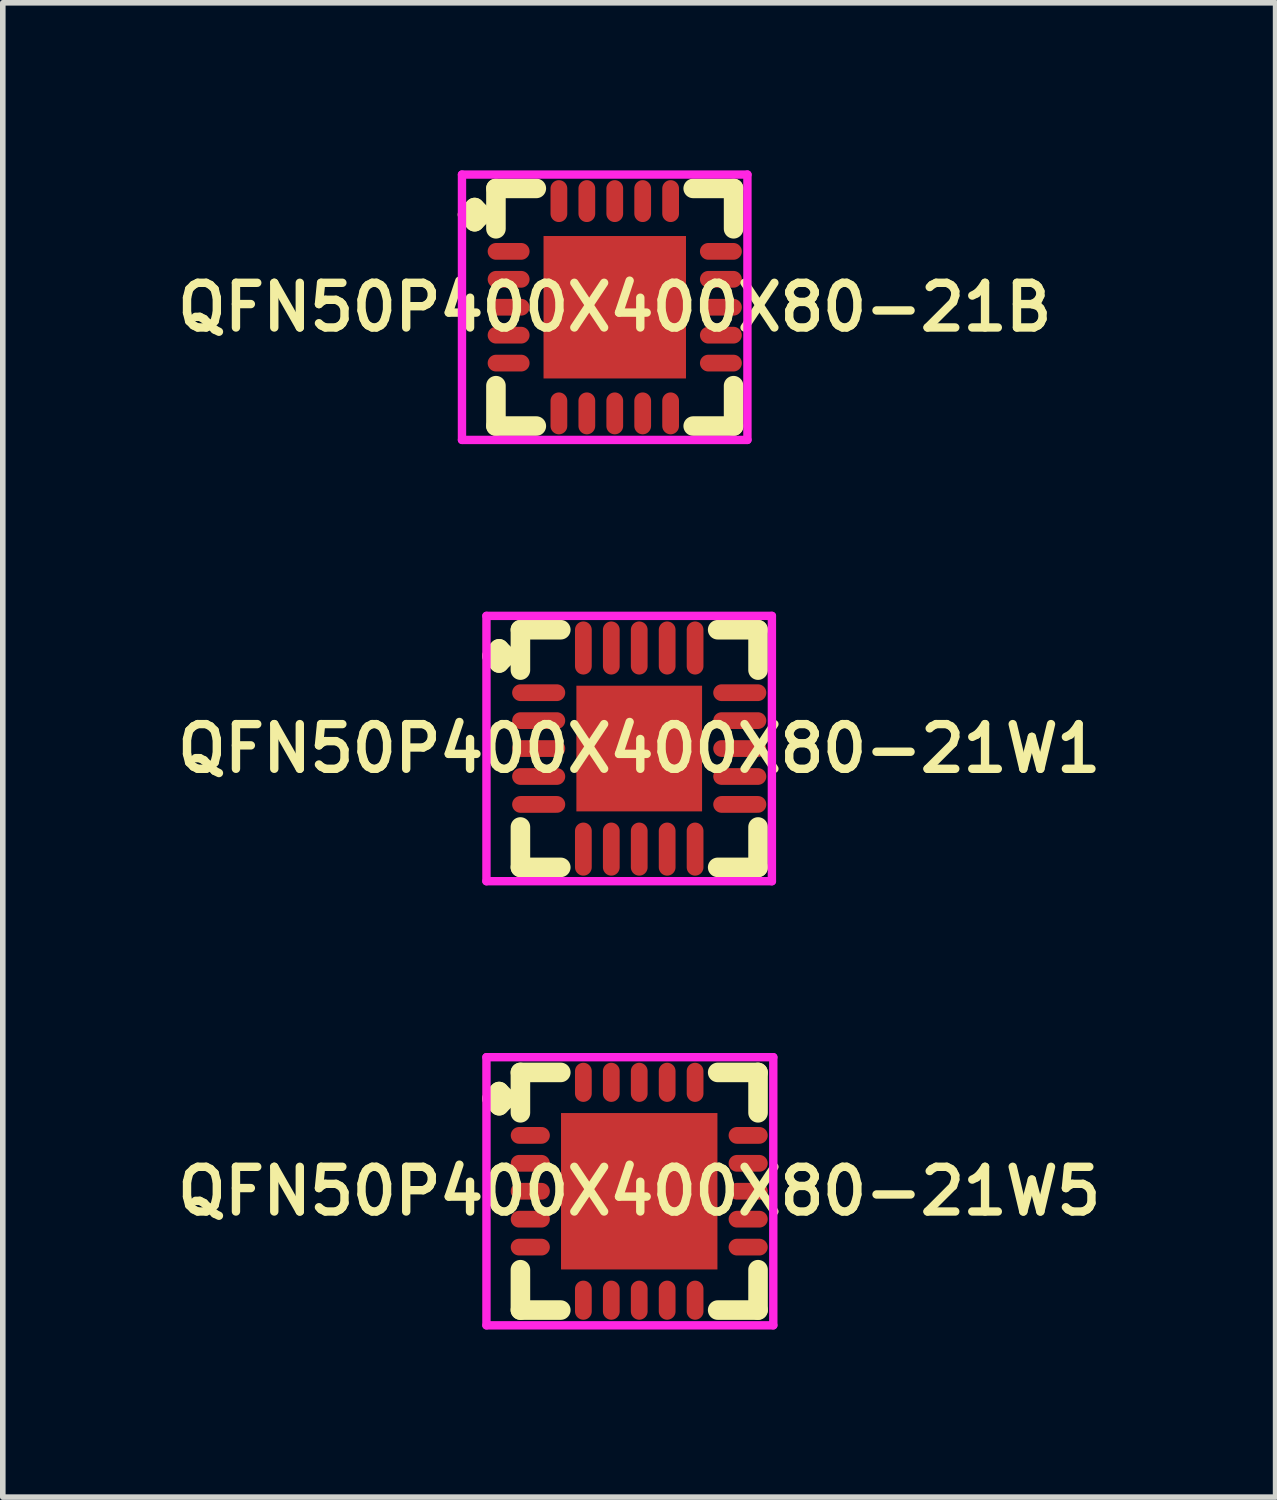
<source format=kicad_pcb>
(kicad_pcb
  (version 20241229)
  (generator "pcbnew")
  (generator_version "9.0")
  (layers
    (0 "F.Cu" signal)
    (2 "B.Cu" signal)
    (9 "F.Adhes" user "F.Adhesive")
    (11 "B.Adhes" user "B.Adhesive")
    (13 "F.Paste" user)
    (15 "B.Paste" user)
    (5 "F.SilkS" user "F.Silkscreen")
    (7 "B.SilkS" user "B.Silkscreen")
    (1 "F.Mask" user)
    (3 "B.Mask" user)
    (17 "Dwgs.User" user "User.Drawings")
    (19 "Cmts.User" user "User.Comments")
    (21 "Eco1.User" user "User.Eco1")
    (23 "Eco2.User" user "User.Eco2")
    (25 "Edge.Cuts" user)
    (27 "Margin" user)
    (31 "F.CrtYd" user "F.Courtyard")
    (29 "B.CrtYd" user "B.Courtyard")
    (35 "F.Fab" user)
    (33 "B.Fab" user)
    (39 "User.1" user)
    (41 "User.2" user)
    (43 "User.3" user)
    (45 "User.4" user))
  (footprint "QFN50P400X400X80-21W5"
    (layer "F.Cu")
    (at 8.393 18.275)
    (property "Reference" "QFN50P400X400X80-21W5" (at 0 0 0) (layer "F.SilkS") (effects (font (size 0.8 0.8) (thickness 0.15))))
    (attr smd)
    (fp_line (start -2.635 -1.658) (end -2.508 -1.785) (stroke (width 0.35) (type solid)) (layer "F.SilkS"))
    (fp_line (start -2.508 -1.785) (end -2.381 -1.658) (stroke (width 0.35) (type solid)) (layer "F.SilkS"))
    (fp_line (start -2.508 -1.531) (end -2.635 -1.658) (stroke (width 0.35) (type solid)) (layer "F.SilkS"))
    (fp_line (start -2.381 -1.658) (end -2.508 -1.531) (stroke (width 0.35) (type solid)) (layer "F.SilkS"))
    (fp_line (start -2.127 -2.127) (end -1.404 -2.127) (stroke (width 0.35) (type solid)) (layer "F.SilkS"))
    (fp_line (start -2.127 -1.404) (end -2.127 -2.127) (stroke (width 0.35) (type solid)) (layer "F.SilkS"))
    (fp_line (start -2.127 1.404) (end -2.127 2.127) (stroke (width 0.35) (type solid)) (layer "F.SilkS"))
    (fp_line (start -2.127 2.127) (end -1.404 2.127) (stroke (width 0.35) (type solid)) (layer "F.SilkS"))
    (fp_line (start 1.404 -2.127) (end 2.127 -2.127) (stroke (width 0.35) (type solid)) (layer "F.SilkS"))
    (fp_line (start 1.404 2.127) (end 2.127 2.127) (stroke (width 0.35) (type solid)) (layer "F.SilkS"))
    (fp_line (start 2.127 -2.127) (end 2.127 -1.404) (stroke (width 0.35) (type solid)) (layer "F.SilkS"))
    (fp_line (start 2.127 2.127) (end 2.127 1.404) (stroke (width 0.35) (type solid)) (layer "F.SilkS"))
    (fp_line (start -2.735 -2.4) (end 2.4 -2.4) (stroke (width 0.15) (type solid)) (layer "F.CrtYd"))
    (fp_line (start -2.735 2.4) (end -2.735 -2.4) (stroke (width 0.15) (type solid)) (layer "F.CrtYd"))
    (fp_line (start 2.4 -2.4) (end 2.4 2.4) (stroke (width 0.15) (type solid)) (layer "F.CrtYd"))
    (fp_line (start 2.4 2.4) (end -2.735 2.4) (stroke (width 0.15) (type solid)) (layer "F.CrtYd"))
    (pad "1" smd oval (at -1.95 -1) (size 0.7 0.3) (layers "F.Cu" "F.Mask" "F.Paste"))
    (pad "2" smd oval (at -1.95 -0.5) (size 0.7 0.3) (layers "F.Cu" "F.Mask" "F.Paste"))
    (pad "3" smd oval (at -1.95 0) (size 0.7 0.3) (layers "F.Cu" "F.Mask" "F.Paste"))
    (pad "4" smd oval (at -1.95 0.5) (size 0.7 0.3) (layers "F.Cu" "F.Mask" "F.Paste"))
    (pad "5" smd oval (at -1.95 1) (size 0.7 0.3) (layers "F.Cu" "F.Mask" "F.Paste"))
    (pad "6" smd oval (at -1 1.95) (size 0.3 0.7) (layers "F.Cu" "F.Mask" "F.Paste"))
    (pad "7" smd oval (at -0.5 1.95) (size 0.3 0.7) (layers "F.Cu" "F.Mask" "F.Paste"))
    (pad "8" smd oval (at 0 1.95) (size 0.3 0.7) (layers "F.Cu" "F.Mask" "F.Paste"))
    (pad "9" smd oval (at 0.5 1.95) (size 0.3 0.7) (layers "F.Cu" "F.Mask" "F.Paste"))
    (pad "10" smd oval (at 1 1.95) (size 0.3 0.7) (layers "F.Cu" "F.Mask" "F.Paste"))
    (pad "11" smd oval (at 1.95 1) (size 0.7 0.3) (layers "F.Cu" "F.Mask" "F.Paste"))
    (pad "12" smd oval (at 1.95 0.5) (size 0.7 0.3) (layers "F.Cu" "F.Mask" "F.Paste"))
    (pad "13" smd oval (at 1.95 0) (size 0.7 0.3) (layers "F.Cu" "F.Mask" "F.Paste"))
    (pad "14" smd oval (at 1.95 -0.5) (size 0.7 0.3) (layers "F.Cu" "F.Mask" "F.Paste"))
    (pad "15" smd oval (at 1.95 -1) (size 0.7 0.3) (layers "F.Cu" "F.Mask" "F.Paste"))
    (pad "16" smd oval (at 1 -1.95) (size 0.3 0.7) (layers "F.Cu" "F.Mask" "F.Paste"))
    (pad "17" smd oval (at 0.5 -1.95) (size 0.3 0.7) (layers "F.Cu" "F.Mask" "F.Paste"))
    (pad "18" smd oval (at 0 -1.95) (size 0.3 0.7) (layers "F.Cu" "F.Mask" "F.Paste"))
    (pad "19" smd oval (at -0.5 -1.95) (size 0.3 0.7) (layers "F.Cu" "F.Mask" "F.Paste"))
    (pad "20" smd oval (at -1 -1.95) (size 0.3 0.7) (layers "F.Cu" "F.Mask" "F.Paste"))
    (pad "21" smd rect (at 0 0) (size 2.8 2.8) (layers "F.Cu" "F.Mask" "F.Paste")))
  (footprint "QFN50P400X400X80-21W1"
    (layer "F.Cu")
    (at 8.393 10.35)
    (property "Reference" "QFN50P400X400X80-21W1" (at 0 0 0) (layer "F.SilkS") (effects (font (size 0.8 0.8) (thickness 0.15))))
    (attr smd)
    (fp_line (start -2.635 -1.658) (end -2.508 -1.785) (stroke (width 0.35) (type solid)) (layer "F.SilkS"))
    (fp_line (start -2.508 -1.785) (end -2.381 -1.658) (stroke (width 0.35) (type solid)) (layer "F.SilkS"))
    (fp_line (start -2.508 -1.531) (end -2.635 -1.658) (stroke (width 0.35) (type solid)) (layer "F.SilkS"))
    (fp_line (start -2.381 -1.658) (end -2.508 -1.531) (stroke (width 0.35) (type solid)) (layer "F.SilkS"))
    (fp_line (start -2.127 -2.127) (end -1.404 -2.127) (stroke (width 0.35) (type solid)) (layer "F.SilkS"))
    (fp_line (start -2.127 -1.404) (end -2.127 -2.127) (stroke (width 0.35) (type solid)) (layer "F.SilkS"))
    (fp_line (start -2.127 1.404) (end -2.127 2.127) (stroke (width 0.35) (type solid)) (layer "F.SilkS"))
    (fp_line (start -2.127 2.127) (end -1.404 2.127) (stroke (width 0.35) (type solid)) (layer "F.SilkS"))
    (fp_line (start 1.404 -2.127) (end 2.127 -2.127) (stroke (width 0.35) (type solid)) (layer "F.SilkS"))
    (fp_line (start 1.404 2.127) (end 2.127 2.127) (stroke (width 0.35) (type solid)) (layer "F.SilkS"))
    (fp_line (start 2.127 -2.127) (end 2.127 -1.404) (stroke (width 0.35) (type solid)) (layer "F.SilkS"))
    (fp_line (start 2.127 2.127) (end 2.127 1.404) (stroke (width 0.35) (type solid)) (layer "F.SilkS"))
    (fp_line (start -2.735 -2.375) (end 2.375 -2.375) (stroke (width 0.15) (type solid)) (layer "F.CrtYd"))
    (fp_line (start -2.735 2.375) (end -2.735 -2.375) (stroke (width 0.15) (type solid)) (layer "F.CrtYd"))
    (fp_line (start 2.375 -2.375) (end 2.375 2.375) (stroke (width 0.15) (type solid)) (layer "F.CrtYd"))
    (fp_line (start 2.375 2.375) (end -2.735 2.375) (stroke (width 0.15) (type solid)) (layer "F.CrtYd"))
    (pad "1" smd oval (at -1.8 -1) (size 0.95 0.3) (layers "F.Cu" "F.Mask" "F.Paste"))
    (pad "2" smd oval (at -1.8 -0.5) (size 0.95 0.3) (layers "F.Cu" "F.Mask" "F.Paste"))
    (pad "3" smd oval (at -1.8 0) (size 0.95 0.3) (layers "F.Cu" "F.Mask" "F.Paste"))
    (pad "4" smd oval (at -1.8 0.5) (size 0.95 0.3) (layers "F.Cu" "F.Mask" "F.Paste"))
    (pad "5" smd oval (at -1.8 1) (size 0.95 0.3) (layers "F.Cu" "F.Mask" "F.Paste"))
    (pad "6" smd oval (at -1 1.8) (size 0.3 0.95) (layers "F.Cu" "F.Mask" "F.Paste"))
    (pad "7" smd oval (at -0.5 1.8) (size 0.3 0.95) (layers "F.Cu" "F.Mask" "F.Paste"))
    (pad "8" smd oval (at 0 1.8) (size 0.3 0.95) (layers "F.Cu" "F.Mask" "F.Paste"))
    (pad "9" smd oval (at 0.5 1.8) (size 0.3 0.95) (layers "F.Cu" "F.Mask" "F.Paste"))
    (pad "10" smd oval (at 1 1.8) (size 0.3 0.95) (layers "F.Cu" "F.Mask" "F.Paste"))
    (pad "11" smd oval (at 1.8 1) (size 0.95 0.3) (layers "F.Cu" "F.Mask" "F.Paste"))
    (pad "12" smd oval (at 1.8 0.5) (size 0.95 0.3) (layers "F.Cu" "F.Mask" "F.Paste"))
    (pad "13" smd oval (at 1.8 0) (size 0.95 0.3) (layers "F.Cu" "F.Mask" "F.Paste"))
    (pad "14" smd oval (at 1.8 -0.5) (size 0.95 0.3) (layers "F.Cu" "F.Mask" "F.Paste"))
    (pad "15" smd oval (at 1.8 -1) (size 0.95 0.3) (layers "F.Cu" "F.Mask" "F.Paste"))
    (pad "16" smd oval (at 1 -1.8) (size 0.3 0.95) (layers "F.Cu" "F.Mask" "F.Paste"))
    (pad "17" smd oval (at 0.5 -1.8) (size 0.3 0.95) (layers "F.Cu" "F.Mask" "F.Paste"))
    (pad "18" smd oval (at 0 -1.8) (size 0.3 0.95) (layers "F.Cu" "F.Mask" "F.Paste"))
    (pad "19" smd oval (at -0.5 -1.8) (size 0.3 0.95) (layers "F.Cu" "F.Mask" "F.Paste"))
    (pad "20" smd oval (at -1 -1.8) (size 0.3 0.95) (layers "F.Cu" "F.Mask" "F.Paste"))
    (pad "21" smd rect (at 0 0) (size 2.25 2.25) (layers "F.Cu" "F.Mask" "F.Paste")))
  (footprint "QFN50P400X400X80-21B"
    (layer "F.Cu")
    (at 7.955 2.45)
    (property "Reference" "QFN50P400X400X80-21B" (at 0 0 0) (layer "F.SilkS") (effects (font (size 0.8 0.8) (thickness 0.15))))
    (attr through_hole)
    (fp_line (start -2.635 -1.658) (end -2.508 -1.785) (stroke (width 0.35) (type solid)) (layer "F.SilkS"))
    (fp_line (start -2.508 -1.785) (end -2.381 -1.658) (stroke (width 0.35) (type solid)) (layer "F.SilkS"))
    (fp_line (start -2.508 -1.531) (end -2.635 -1.658) (stroke (width 0.35) (type solid)) (layer "F.SilkS"))
    (fp_line (start -2.381 -1.658) (end -2.508 -1.531) (stroke (width 0.35) (type solid)) (layer "F.SilkS"))
    (fp_line (start -2.127 -2.127) (end -1.404 -2.127) (stroke (width 0.35) (type solid)) (layer "F.SilkS"))
    (fp_line (start -2.127 -1.404) (end -2.127 -2.127) (stroke (width 0.35) (type solid)) (layer "F.SilkS"))
    (fp_line (start -2.127 1.404) (end -2.127 2.127) (stroke (width 0.35) (type solid)) (layer "F.SilkS"))
    (fp_line (start -2.127 2.127) (end -1.404 2.127) (stroke (width 0.35) (type solid)) (layer "F.SilkS"))
    (fp_line (start 1.404 -2.127) (end 2.127 -2.127) (stroke (width 0.35) (type solid)) (layer "F.SilkS"))
    (fp_line (start 1.404 2.127) (end 2.127 2.127) (stroke (width 0.35) (type solid)) (layer "F.SilkS"))
    (fp_line (start 2.127 -2.127) (end 2.127 -1.404) (stroke (width 0.35) (type solid)) (layer "F.SilkS"))
    (fp_line (start 2.127 2.127) (end 2.127 1.404) (stroke (width 0.35) (type solid)) (layer "F.SilkS"))
    (fp_line (start -2.735 -2.375) (end 2.375 -2.375) (stroke (width 0.15) (type solid)) (layer "F.CrtYd"))
    (fp_line (start -2.735 2.375) (end -2.735 -2.375) (stroke (width 0.15) (type solid)) (layer "F.CrtYd"))
    (fp_line (start 2.375 -2.375) (end 2.375 2.375) (stroke (width 0.15) (type solid)) (layer "F.CrtYd"))
    (fp_line (start 2.375 2.375) (end -2.735 2.375) (stroke (width 0.15) (type solid)) (layer "F.CrtYd"))
    (pad "1" smd oval (at -1.9 -1) (size 0.75 0.3) (layers "F.Cu" "F.Mask" "F.Paste"))
    (pad "2" smd oval (at -1.9 -0.5) (size 0.75 0.3) (layers "F.Cu" "F.Mask" "F.Paste"))
    (pad "3" smd oval (at -1.9 0) (size 0.75 0.3) (layers "F.Cu" "F.Mask" "F.Paste"))
    (pad "4" smd oval (at -1.9 0.5) (size 0.75 0.3) (layers "F.Cu" "F.Mask" "F.Paste"))
    (pad "5" smd oval (at -1.9 1) (size 0.75 0.3) (layers "F.Cu" "F.Mask" "F.Paste"))
    (pad "6" smd oval (at -1 1.9) (size 0.3 0.75) (layers "F.Cu" "F.Mask" "F.Paste"))
    (pad "7" smd oval (at -0.5 1.9) (size 0.3 0.75) (layers "F.Cu" "F.Mask" "F.Paste"))
    (pad "8" smd oval (at 0 1.9) (size 0.3 0.75) (layers "F.Cu" "F.Mask" "F.Paste"))
    (pad "9" smd oval (at 0.5 1.9) (size 0.3 0.75) (layers "F.Cu" "F.Mask" "F.Paste"))
    (pad "10" smd oval (at 1 1.9) (size 0.3 0.75) (layers "F.Cu" "F.Mask" "F.Paste"))
    (pad "11" smd oval (at 1.9 1) (size 0.75 0.3) (layers "F.Cu" "F.Mask" "F.Paste"))
    (pad "12" smd oval (at 1.9 0.5) (size 0.75 0.3) (layers "F.Cu" "F.Mask" "F.Paste"))
    (pad "13" smd oval (at 1.9 0) (size 0.75 0.3) (layers "F.Cu" "F.Mask" "F.Paste"))
    (pad "14" smd oval (at 1.9 -0.5) (size 0.75 0.3) (layers "F.Cu" "F.Mask" "F.Paste"))
    (pad "15" smd oval (at 1.9 -1) (size 0.75 0.3) (layers "F.Cu" "F.Mask" "F.Paste"))
    (pad "16" smd oval (at 1 -1.9) (size 0.3 0.75) (layers "F.Cu" "F.Mask" "F.Paste"))
    (pad "17" smd oval (at 0.5 -1.9) (size 0.3 0.75) (layers "F.Cu" "F.Mask" "F.Paste"))
    (pad "18" smd oval (at 0 -1.9) (size 0.3 0.75) (layers "F.Cu" "F.Mask" "F.Paste"))
    (pad "19" smd oval (at -0.5 -1.9) (size 0.3 0.75) (layers "F.Cu" "F.Mask" "F.Paste"))
    (pad "20" smd oval (at -1 -1.9) (size 0.3 0.75) (layers "F.Cu" "F.Mask" "F.Paste"))
    (pad "21" smd rect (at 0 0) (size 2.55 2.55) (layers "F.Cu" "F.Mask" "F.Paste")))
  (gr_rect
    (start -3 -3)
    (end 19.785 23.75)
    (stroke (width 0.1) (type default))
    (fill no)
    (layer "Edge.Cuts")))
</source>
